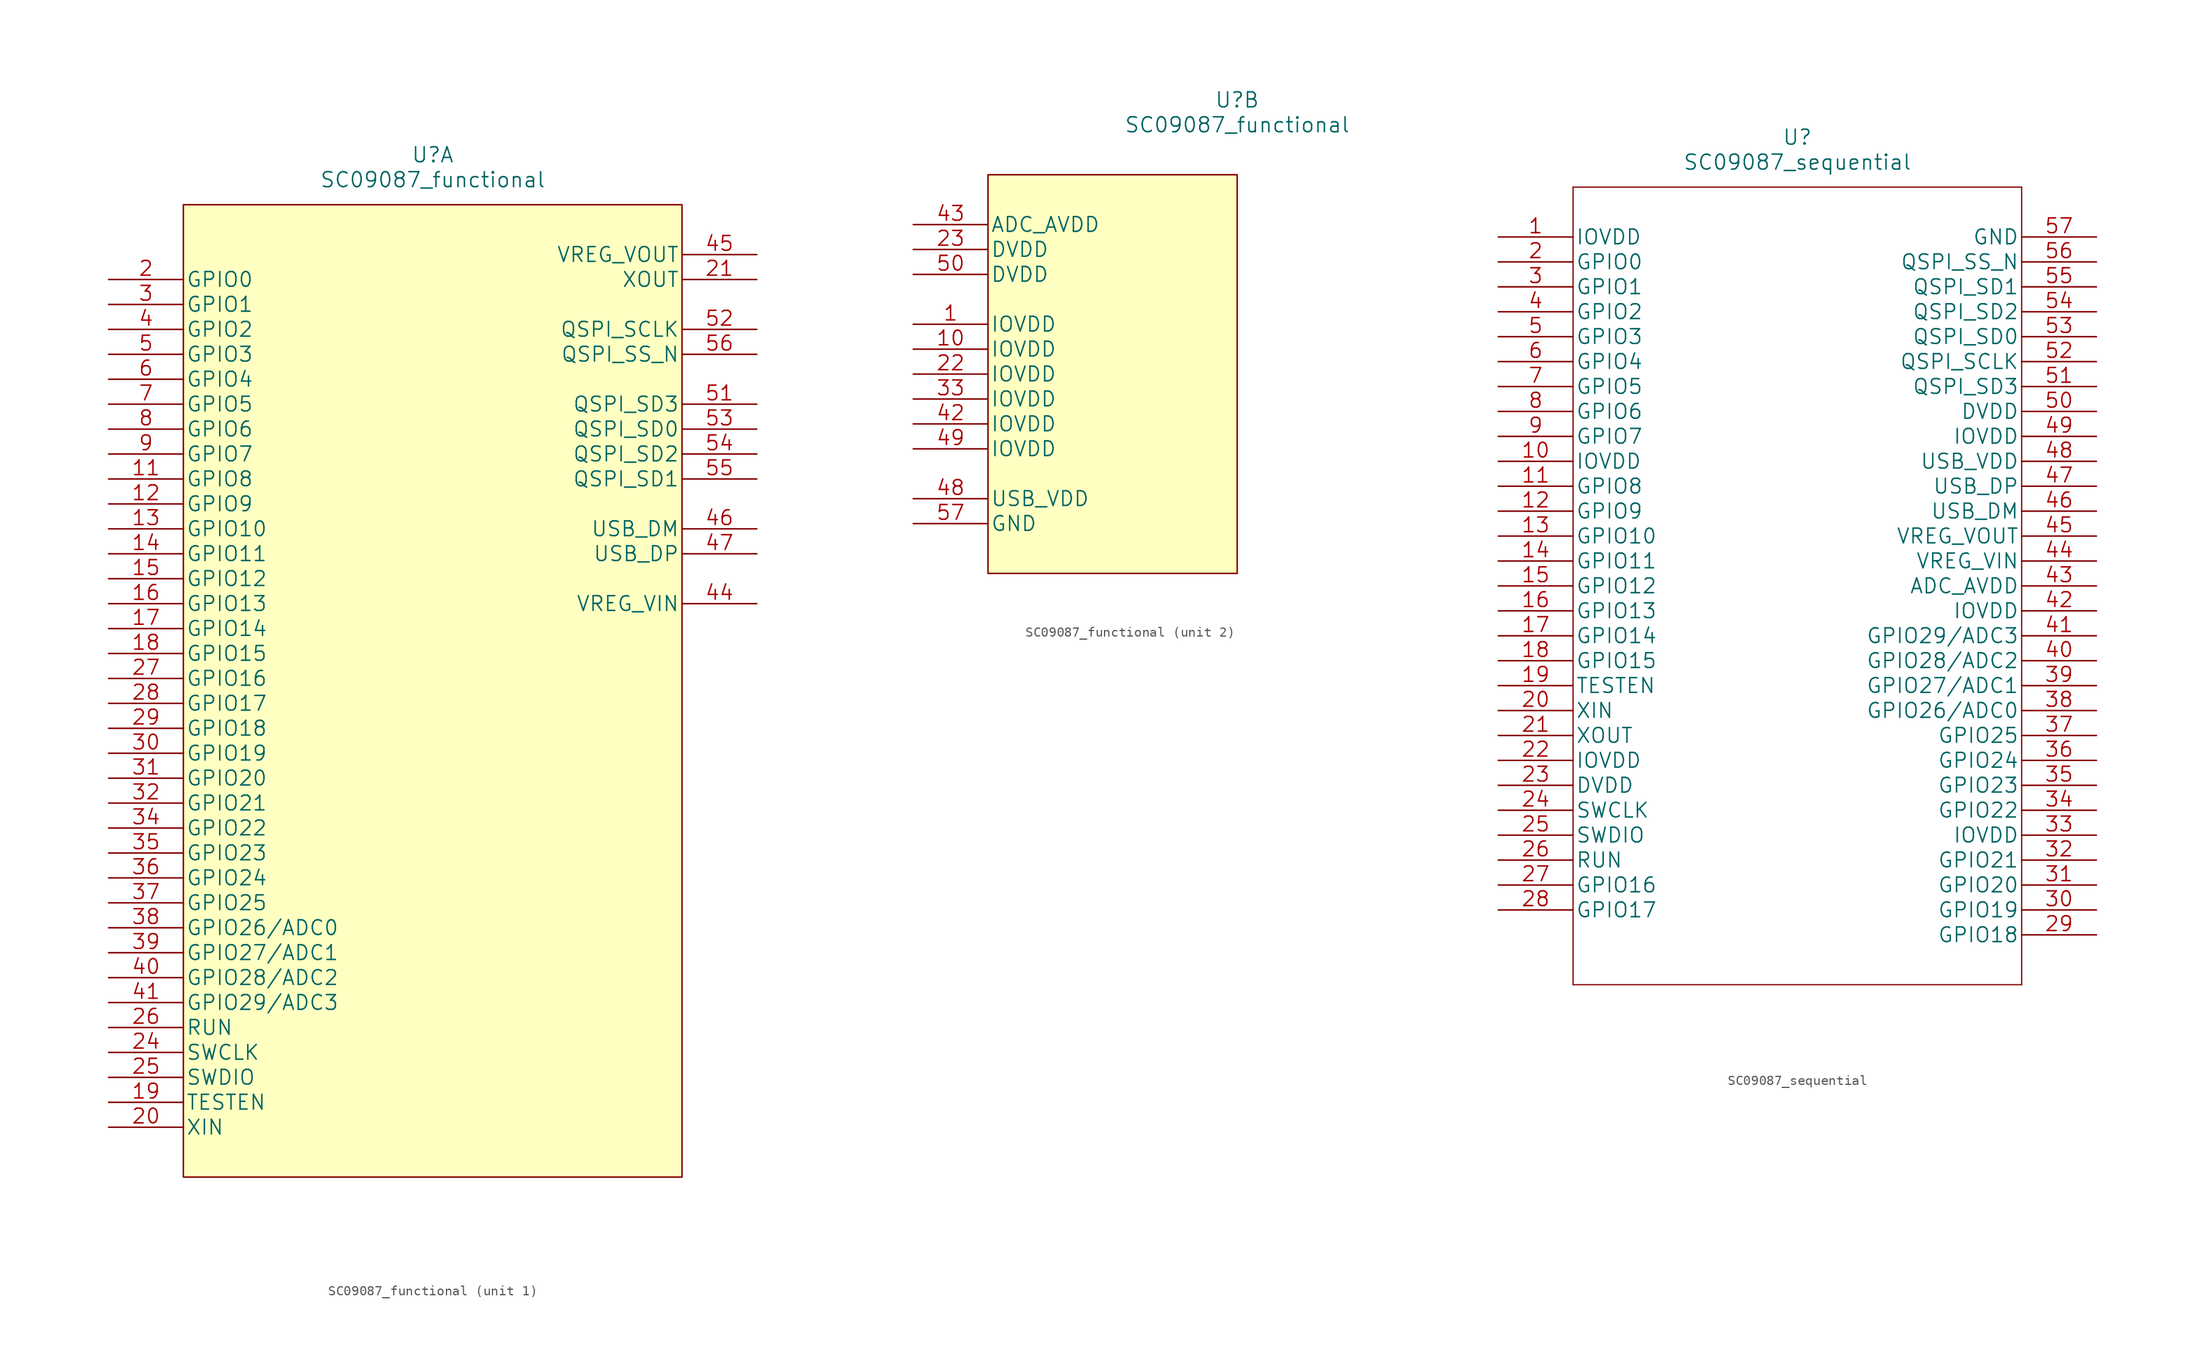
<source format=kicad_sym>
(kicad_symbol_lib
  (version 20211014)
  (generator kicad_symbol_editor)
  (symbol "SC09087_functional"
    (pin_names
      (offset 0.254))
    (property "Reference" "U"
      (at 33.02 12.7 0)
      (effects (font (size 1.524 1.524))))
    (property "Value" "SC09087_functional"
      (at 33.02 10.16 0)
      (effects (font (size 1.524 1.524))))
    (property "Datasheet" ""
      (at 0 0 0)
      (effects (font (size 1.524 1.524))))
    (property "ki_locked" ""
      (at 0 0 0)
      (effects (font (size 1.27 1.27))))
    (symbol "SC09087_functional_1_1"
      (rectangle (start 7.62 7.62) (end 58.42 -91.44) (stroke (width 0.152) (type default) (color 0 0 0 0)) (fill (type background)))
      (pin bidirectional line (at 0 -20.32 0) (length 7.62) (name "GPIO8" (effects (font (size 1.499 1.499)))) (number "11" (effects (font (size 1.499 1.499)))))
      (pin bidirectional line (at 0 -22.86 0) (length 7.62) (name "GPIO9" (effects (font (size 1.499 1.499)))) (number "12" (effects (font (size 1.499 1.499)))))
      (pin bidirectional line (at 0 -25.4 0) (length 7.62) (name "GPIO10" (effects (font (size 1.499 1.499)))) (number "13" (effects (font (size 1.499 1.499)))))
      (pin bidirectional line (at 0 -27.94 0) (length 7.62) (name "GPIO11" (effects (font (size 1.499 1.499)))) (number "14" (effects (font (size 1.499 1.499)))))
      (pin bidirectional line (at 0 -30.48 0) (length 7.62) (name "GPIO12" (effects (font (size 1.499 1.499)))) (number "15" (effects (font (size 1.499 1.499)))))
      (pin bidirectional line (at 0 -33.02 0) (length 7.62) (name "GPIO13" (effects (font (size 1.499 1.499)))) (number "16" (effects (font (size 1.499 1.499)))))
      (pin bidirectional line (at 0 -35.56 0) (length 7.62) (name "GPIO14" (effects (font (size 1.499 1.499)))) (number "17" (effects (font (size 1.499 1.499)))))
      (pin bidirectional line (at 0 -38.1 0) (length 7.62) (name "GPIO15" (effects (font (size 1.499 1.499)))) (number "18" (effects (font (size 1.499 1.499)))))
      (pin passive line (at 0 -83.82 0) (length 7.62) (name "TESTEN" (effects (font (size 1.499 1.499)))) (number "19" (effects (font (size 1.499 1.499)))))
      (pin bidirectional line (at 0 0 0) (length 7.62) (name "GPIO0" (effects (font (size 1.499 1.499)))) (number "2" (effects (font (size 1.499 1.499)))))
      (pin input line (at 0 -86.36 0) (length 7.62) (name "XIN" (effects (font (size 1.499 1.499)))) (number "20" (effects (font (size 1.499 1.499)))))
      (pin output line (at 66.04 0 180) (length 7.62) (name "XOUT" (effects (font (size 1.499 1.499)))) (number "21" (effects (font (size 1.499 1.499)))))
      (pin bidirectional line (at 0 -78.74 0) (length 7.62) (name "SWCLK" (effects (font (size 1.499 1.499)))) (number "24" (effects (font (size 1.499 1.499)))))
      (pin bidirectional line (at 0 -81.28 0) (length 7.62) (name "SWDIO" (effects (font (size 1.499 1.499)))) (number "25" (effects (font (size 1.499 1.499)))))
      (pin input line (at 0 -76.2 0) (length 7.62) (name "RUN" (effects (font (size 1.499 1.499)))) (number "26" (effects (font (size 1.499 1.499)))))
      (pin bidirectional line (at 0 -40.64 0) (length 7.62) (name "GPIO16" (effects (font (size 1.499 1.499)))) (number "27" (effects (font (size 1.499 1.499)))))
      (pin bidirectional line (at 0 -43.18 0) (length 7.62) (name "GPIO17" (effects (font (size 1.499 1.499)))) (number "28" (effects (font (size 1.499 1.499)))))
      (pin bidirectional line (at 0 -45.72 0) (length 7.62) (name "GPIO18" (effects (font (size 1.499 1.499)))) (number "29" (effects (font (size 1.499 1.499)))))
      (pin bidirectional line (at 0 -2.54 0) (length 7.62) (name "GPIO1" (effects (font (size 1.499 1.499)))) (number "3" (effects (font (size 1.499 1.499)))))
      (pin bidirectional line (at 0 -48.26 0) (length 7.62) (name "GPIO19" (effects (font (size 1.499 1.499)))) (number "30" (effects (font (size 1.499 1.499)))))
      (pin bidirectional line (at 0 -50.8 0) (length 7.62) (name "GPIO20" (effects (font (size 1.499 1.499)))) (number "31" (effects (font (size 1.499 1.499)))))
      (pin bidirectional line (at 0 -53.34 0) (length 7.62) (name "GPIO21" (effects (font (size 1.499 1.499)))) (number "32" (effects (font (size 1.499 1.499)))))
      (pin bidirectional line (at 0 -55.88 0) (length 7.62) (name "GPIO22" (effects (font (size 1.499 1.499)))) (number "34" (effects (font (size 1.499 1.499)))))
      (pin bidirectional line (at 0 -58.42 0) (length 7.62) (name "GPIO23" (effects (font (size 1.499 1.499)))) (number "35" (effects (font (size 1.499 1.499)))))
      (pin bidirectional line (at 0 -60.96 0) (length 7.62) (name "GPIO24" (effects (font (size 1.499 1.499)))) (number "36" (effects (font (size 1.499 1.499)))))
      (pin bidirectional line (at 0 -63.5 0) (length 7.62) (name "GPIO25" (effects (font (size 1.499 1.499)))) (number "37" (effects (font (size 1.499 1.499)))))
      (pin bidirectional line (at 0 -66.04 0) (length 7.62) (name "GPIO26/ADC0" (effects (font (size 1.499 1.499)))) (number "38" (effects (font (size 1.499 1.499)))))
      (pin bidirectional line (at 0 -68.58 0) (length 7.62) (name "GPIO27/ADC1" (effects (font (size 1.499 1.499)))) (number "39" (effects (font (size 1.499 1.499)))))
      (pin bidirectional line (at 0 -5.08 0) (length 7.62) (name "GPIO2" (effects (font (size 1.499 1.499)))) (number "4" (effects (font (size 1.499 1.499)))))
      (pin bidirectional line (at 0 -71.12 0) (length 7.62) (name "GPIO28/ADC2" (effects (font (size 1.499 1.499)))) (number "40" (effects (font (size 1.499 1.499)))))
      (pin bidirectional line (at 0 -73.66 0) (length 7.62) (name "GPIO29/ADC3" (effects (font (size 1.499 1.499)))) (number "41" (effects (font (size 1.499 1.499)))))
      (pin power_in line (at 66.04 -33.02 180) (length 7.62) (name "VREG_VIN" (effects (font (size 1.499 1.499)))) (number "44" (effects (font (size 1.499 1.499)))))
      (pin output line (at 66.04 2.54 180) (length 7.62) (name "VREG_VOUT" (effects (font (size 1.499 1.499)))) (number "45" (effects (font (size 1.499 1.499)))))
      (pin bidirectional line (at 66.04 -25.4 180) (length 7.62) (name "USB_DM" (effects (font (size 1.499 1.499)))) (number "46" (effects (font (size 1.499 1.499)))))
      (pin bidirectional line (at 66.04 -27.94 180) (length 7.62) (name "USB_DP" (effects (font (size 1.499 1.499)))) (number "47" (effects (font (size 1.499 1.499)))))
      (pin bidirectional line (at 0 -7.62 0) (length 7.62) (name "GPIO3" (effects (font (size 1.499 1.499)))) (number "5" (effects (font (size 1.499 1.499)))))
      (pin bidirectional line (at 66.04 -12.7 180) (length 7.62) (name "QSPI_SD3" (effects (font (size 1.499 1.499)))) (number "51" (effects (font (size 1.499 1.499)))))
      (pin output line (at 66.04 -5.08 180) (length 7.62) (name "QSPI_SCLK" (effects (font (size 1.499 1.499)))) (number "52" (effects (font (size 1.499 1.499)))))
      (pin bidirectional line (at 66.04 -15.24 180) (length 7.62) (name "QSPI_SD0" (effects (font (size 1.499 1.499)))) (number "53" (effects (font (size 1.499 1.499)))))
      (pin bidirectional line (at 66.04 -17.78 180) (length 7.62) (name "QSPI_SD2" (effects (font (size 1.499 1.499)))) (number "54" (effects (font (size 1.499 1.499)))))
      (pin bidirectional line (at 66.04 -20.32 180) (length 7.62) (name "QSPI_SD1" (effects (font (size 1.499 1.499)))) (number "55" (effects (font (size 1.499 1.499)))))
      (pin output line (at 66.04 -7.62 180) (length 7.62) (name "QSPI_SS_N" (effects (font (size 1.499 1.499)))) (number "56" (effects (font (size 1.499 1.499)))))
      (pin bidirectional line (at 0 -10.16 0) (length 7.62) (name "GPIO4" (effects (font (size 1.499 1.499)))) (number "6" (effects (font (size 1.499 1.499)))))
      (pin bidirectional line (at 0 -12.7 0) (length 7.62) (name "GPIO5" (effects (font (size 1.499 1.499)))) (number "7" (effects (font (size 1.499 1.499)))))
      (pin bidirectional line (at 0 -15.24 0) (length 7.62) (name "GPIO6" (effects (font (size 1.499 1.499)))) (number "8" (effects (font (size 1.499 1.499)))))
      (pin bidirectional line (at 0 -17.78 0) (length 7.62) (name "GPIO7" (effects (font (size 1.499 1.499)))) (number "9" (effects (font (size 1.499 1.499))))))
    (symbol "SC09087_functional_2_1"
      (rectangle (start 33.02 -35.56) (end 7.62 5.08) (stroke (width 0.152) (type default) (color 0 0 0 0)) (fill (type background)))
      (pin power_in line (at 0 -10.16 0) (length 7.62) (name "IOVDD" (effects (font (size 1.499 1.499)))) (number "1" (effects (font (size 1.499 1.499)))))
      (pin power_in line (at 0 -12.7 0) (length 7.62) (name "IOVDD" (effects (font (size 1.499 1.499)))) (number "10" (effects (font (size 1.499 1.499)))))
      (pin power_in line (at 0 -15.24 0) (length 7.62) (name "IOVDD" (effects (font (size 1.499 1.499)))) (number "22" (effects (font (size 1.499 1.499)))))
      (pin power_in line (at 0 -2.54 0) (length 7.62) (name "DVDD" (effects (font (size 1.499 1.499)))) (number "23" (effects (font (size 1.499 1.499)))))
      (pin power_in line (at 0 -17.78 0) (length 7.62) (name "IOVDD" (effects (font (size 1.499 1.499)))) (number "33" (effects (font (size 1.499 1.499)))))
      (pin power_in line (at 0 -20.32 0) (length 7.62) (name "IOVDD" (effects (font (size 1.499 1.499)))) (number "42" (effects (font (size 1.499 1.499)))))
      (pin power_in line (at 0 0 0) (length 7.62) (name "ADC_AVDD" (effects (font (size 1.499 1.499)))) (number "43" (effects (font (size 1.499 1.499)))))
      (pin power_in line (at 0 -27.94 0) (length 7.62) (name "USB_VDD" (effects (font (size 1.499 1.499)))) (number "48" (effects (font (size 1.499 1.499)))))
      (pin power_in line (at 0 -22.86 0) (length 7.62) (name "IOVDD" (effects (font (size 1.499 1.499)))) (number "49" (effects (font (size 1.499 1.499)))))
      (pin power_in line (at 0 -5.08 0) (length 7.62) (name "DVDD" (effects (font (size 1.499 1.499)))) (number "50" (effects (font (size 1.499 1.499)))))
      (pin power_in line (at 0 -30.48 0) (length 7.62) (name "GND" (effects (font (size 1.499 1.499)))) (number "57" (effects (font (size 1.499 1.499)))))))
  (symbol "SC09087_sequential"
    (pin_names
      (offset 0.254))
    (property "Reference" "U"
      (at 30.48 10.16 0)
      (effects (font (size 1.524 1.524))))
    (property "Value" "SC09087_sequential"
      (at 30.48 7.62 0)
      (effects (font (size 1.524 1.524))))
    (property "Datasheet" ""
      (at 0 0 0)
      (effects (font (size 1.524 1.524))))
    (symbol "SC09087_sequential_1_1"
      (polyline (pts (xy 7.62 -76.2) (xy 53.34 -76.2)) (stroke (width 0.127) (type default) (color 0 0 0 0)) (fill (type none)))
      (polyline (pts (xy 7.62 5.08) (xy 7.62 -76.2)) (stroke (width 0.127) (type default) (color 0 0 0 0)) (fill (type none)))
      (polyline (pts (xy 53.34 -76.2) (xy 53.34 5.08)) (stroke (width 0.127) (type default) (color 0 0 0 0)) (fill (type none)))
      (polyline (pts (xy 53.34 5.08) (xy 7.62 5.08)) (stroke (width 0.127) (type default) (color 0 0 0 0)) (fill (type none)))
      (pin power_in line (at 0 0 0) (length 7.62) (name "IOVDD" (effects (font (size 1.499 1.499)))) (number "1" (effects (font (size 1.499 1.499)))))
      (pin power_in line (at 0 -22.86 0) (length 7.62) (name "IOVDD" (effects (font (size 1.499 1.499)))) (number "10" (effects (font (size 1.499 1.499)))))
      (pin bidirectional line (at 0 -25.4 0) (length 7.62) (name "GPIO8" (effects (font (size 1.499 1.499)))) (number "11" (effects (font (size 1.499 1.499)))))
      (pin bidirectional line (at 0 -27.94 0) (length 7.62) (name "GPIO9" (effects (font (size 1.499 1.499)))) (number "12" (effects (font (size 1.499 1.499)))))
      (pin bidirectional line (at 0 -30.48 0) (length 7.62) (name "GPIO10" (effects (font (size 1.499 1.499)))) (number "13" (effects (font (size 1.499 1.499)))))
      (pin bidirectional line (at 0 -33.02 0) (length 7.62) (name "GPIO11" (effects (font (size 1.499 1.499)))) (number "14" (effects (font (size 1.499 1.499)))))
      (pin bidirectional line (at 0 -35.56 0) (length 7.62) (name "GPIO12" (effects (font (size 1.499 1.499)))) (number "15" (effects (font (size 1.499 1.499)))))
      (pin bidirectional line (at 0 -38.1 0) (length 7.62) (name "GPIO13" (effects (font (size 1.499 1.499)))) (number "16" (effects (font (size 1.499 1.499)))))
      (pin bidirectional line (at 0 -40.64 0) (length 7.62) (name "GPIO14" (effects (font (size 1.499 1.499)))) (number "17" (effects (font (size 1.499 1.499)))))
      (pin bidirectional line (at 0 -43.18 0) (length 7.62) (name "GPIO15" (effects (font (size 1.499 1.499)))) (number "18" (effects (font (size 1.499 1.499)))))
      (pin unspecified line (at 0 -45.72 0) (length 7.62) (name "TESTEN" (effects (font (size 1.499 1.499)))) (number "19" (effects (font (size 1.499 1.499)))))
      (pin bidirectional line (at 0 -2.54 0) (length 7.62) (name "GPIO0" (effects (font (size 1.499 1.499)))) (number "2" (effects (font (size 1.499 1.499)))))
      (pin unspecified line (at 0 -48.26 0) (length 7.62) (name "XIN" (effects (font (size 1.499 1.499)))) (number "20" (effects (font (size 1.499 1.499)))))
      (pin output line (at 0 -50.8 0) (length 7.62) (name "XOUT" (effects (font (size 1.499 1.499)))) (number "21" (effects (font (size 1.499 1.499)))))
      (pin power_in line (at 0 -53.34 0) (length 7.62) (name "IOVDD" (effects (font (size 1.499 1.499)))) (number "22" (effects (font (size 1.499 1.499)))))
      (pin power_in line (at 0 -55.88 0) (length 7.62) (name "DVDD" (effects (font (size 1.499 1.499)))) (number "23" (effects (font (size 1.499 1.499)))))
      (pin unspecified line (at 0 -58.42 0) (length 7.62) (name "SWCLK" (effects (font (size 1.499 1.499)))) (number "24" (effects (font (size 1.499 1.499)))))
      (pin unspecified line (at 0 -60.96 0) (length 7.62) (name "SWDIO" (effects (font (size 1.499 1.499)))) (number "25" (effects (font (size 1.499 1.499)))))
      (pin unspecified line (at 0 -63.5 0) (length 7.62) (name "RUN" (effects (font (size 1.499 1.499)))) (number "26" (effects (font (size 1.499 1.499)))))
      (pin bidirectional line (at 0 -66.04 0) (length 7.62) (name "GPIO16" (effects (font (size 1.499 1.499)))) (number "27" (effects (font (size 1.499 1.499)))))
      (pin bidirectional line (at 0 -68.58 0) (length 7.62) (name "GPIO17" (effects (font (size 1.499 1.499)))) (number "28" (effects (font (size 1.499 1.499)))))
      (pin bidirectional line (at 60.96 -71.12 180) (length 7.62) (name "GPIO18" (effects (font (size 1.499 1.499)))) (number "29" (effects (font (size 1.499 1.499)))))
      (pin bidirectional line (at 0 -5.08 0) (length 7.62) (name "GPIO1" (effects (font (size 1.499 1.499)))) (number "3" (effects (font (size 1.499 1.499)))))
      (pin bidirectional line (at 60.96 -68.58 180) (length 7.62) (name "GPIO19" (effects (font (size 1.499 1.499)))) (number "30" (effects (font (size 1.499 1.499)))))
      (pin bidirectional line (at 60.96 -66.04 180) (length 7.62) (name "GPIO20" (effects (font (size 1.499 1.499)))) (number "31" (effects (font (size 1.499 1.499)))))
      (pin bidirectional line (at 60.96 -63.5 180) (length 7.62) (name "GPIO21" (effects (font (size 1.499 1.499)))) (number "32" (effects (font (size 1.499 1.499)))))
      (pin power_in line (at 60.96 -60.96 180) (length 7.62) (name "IOVDD" (effects (font (size 1.499 1.499)))) (number "33" (effects (font (size 1.499 1.499)))))
      (pin bidirectional line (at 60.96 -58.42 180) (length 7.62) (name "GPIO22" (effects (font (size 1.499 1.499)))) (number "34" (effects (font (size 1.499 1.499)))))
      (pin bidirectional line (at 60.96 -55.88 180) (length 7.62) (name "GPIO23" (effects (font (size 1.499 1.499)))) (number "35" (effects (font (size 1.499 1.499)))))
      (pin bidirectional line (at 60.96 -53.34 180) (length 7.62) (name "GPIO24" (effects (font (size 1.499 1.499)))) (number "36" (effects (font (size 1.499 1.499)))))
      (pin bidirectional line (at 60.96 -50.8 180) (length 7.62) (name "GPIO25" (effects (font (size 1.499 1.499)))) (number "37" (effects (font (size 1.499 1.499)))))
      (pin bidirectional line (at 60.96 -48.26 180) (length 7.62) (name "GPIO26/ADC0" (effects (font (size 1.499 1.499)))) (number "38" (effects (font (size 1.499 1.499)))))
      (pin bidirectional line (at 60.96 -45.72 180) (length 7.62) (name "GPIO27/ADC1" (effects (font (size 1.499 1.499)))) (number "39" (effects (font (size 1.499 1.499)))))
      (pin bidirectional line (at 0 -7.62 0) (length 7.62) (name "GPIO2" (effects (font (size 1.499 1.499)))) (number "4" (effects (font (size 1.499 1.499)))))
      (pin bidirectional line (at 60.96 -43.18 180) (length 7.62) (name "GPIO28/ADC2" (effects (font (size 1.499 1.499)))) (number "40" (effects (font (size 1.499 1.499)))))
      (pin bidirectional line (at 60.96 -40.64 180) (length 7.62) (name "GPIO29/ADC3" (effects (font (size 1.499 1.499)))) (number "41" (effects (font (size 1.499 1.499)))))
      (pin power_in line (at 60.96 -38.1 180) (length 7.62) (name "IOVDD" (effects (font (size 1.499 1.499)))) (number "42" (effects (font (size 1.499 1.499)))))
      (pin power_in line (at 60.96 -35.56 180) (length 7.62) (name "ADC_AVDD" (effects (font (size 1.499 1.499)))) (number "43" (effects (font (size 1.499 1.499)))))
      (pin unspecified line (at 60.96 -33.02 180) (length 7.62) (name "VREG_VIN" (effects (font (size 1.499 1.499)))) (number "44" (effects (font (size 1.499 1.499)))))
      (pin output line (at 60.96 -30.48 180) (length 7.62) (name "VREG_VOUT" (effects (font (size 1.499 1.499)))) (number "45" (effects (font (size 1.499 1.499)))))
      (pin unspecified line (at 60.96 -27.94 180) (length 7.62) (name "USB_DM" (effects (font (size 1.499 1.499)))) (number "46" (effects (font (size 1.499 1.499)))))
      (pin unspecified line (at 60.96 -25.4 180) (length 7.62) (name "USB_DP" (effects (font (size 1.499 1.499)))) (number "47" (effects (font (size 1.499 1.499)))))
      (pin power_in line (at 60.96 -22.86 180) (length 7.62) (name "USB_VDD" (effects (font (size 1.499 1.499)))) (number "48" (effects (font (size 1.499 1.499)))))
      (pin power_in line (at 60.96 -20.32 180) (length 7.62) (name "IOVDD" (effects (font (size 1.499 1.499)))) (number "49" (effects (font (size 1.499 1.499)))))
      (pin bidirectional line (at 0 -10.16 0) (length 7.62) (name "GPIO3" (effects (font (size 1.499 1.499)))) (number "5" (effects (font (size 1.499 1.499)))))
      (pin power_in line (at 60.96 -17.78 180) (length 7.62) (name "DVDD" (effects (font (size 1.499 1.499)))) (number "50" (effects (font (size 1.499 1.499)))))
      (pin bidirectional line (at 60.96 -15.24 180) (length 7.62) (name "QSPI_SD3" (effects (font (size 1.499 1.499)))) (number "51" (effects (font (size 1.499 1.499)))))
      (pin unspecified line (at 60.96 -12.7 180) (length 7.62) (name "QSPI_SCLK" (effects (font (size 1.499 1.499)))) (number "52" (effects (font (size 1.499 1.499)))))
      (pin bidirectional line (at 60.96 -10.16 180) (length 7.62) (name "QSPI_SD0" (effects (font (size 1.499 1.499)))) (number "53" (effects (font (size 1.499 1.499)))))
      (pin bidirectional line (at 60.96 -7.62 180) (length 7.62) (name "QSPI_SD2" (effects (font (size 1.499 1.499)))) (number "54" (effects (font (size 1.499 1.499)))))
      (pin bidirectional line (at 60.96 -5.08 180) (length 7.62) (name "QSPI_SD1" (effects (font (size 1.499 1.499)))) (number "55" (effects (font (size 1.499 1.499)))))
      (pin unspecified line (at 60.96 -2.54 180) (length 7.62) (name "QSPI_SS_N" (effects (font (size 1.499 1.499)))) (number "56" (effects (font (size 1.499 1.499)))))
      (pin power_in line (at 60.96 0 180) (length 7.62) (name "GND" (effects (font (size 1.499 1.499)))) (number "57" (effects (font (size 1.499 1.499)))))
      (pin bidirectional line (at 0 -12.7 0) (length 7.62) (name "GPIO4" (effects (font (size 1.499 1.499)))) (number "6" (effects (font (size 1.499 1.499)))))
      (pin bidirectional line (at 0 -15.24 0) (length 7.62) (name "GPIO5" (effects (font (size 1.499 1.499)))) (number "7" (effects (font (size 1.499 1.499)))))
      (pin bidirectional line (at 0 -17.78 0) (length 7.62) (name "GPIO6" (effects (font (size 1.499 1.499)))) (number "8" (effects (font (size 1.499 1.499)))))
      (pin bidirectional line (at 0 -20.32 0) (length 7.62) (name "GPIO7" (effects (font (size 1.499 1.499)))) (number "9" (effects (font (size 1.499 1.499))))))))
</source>
